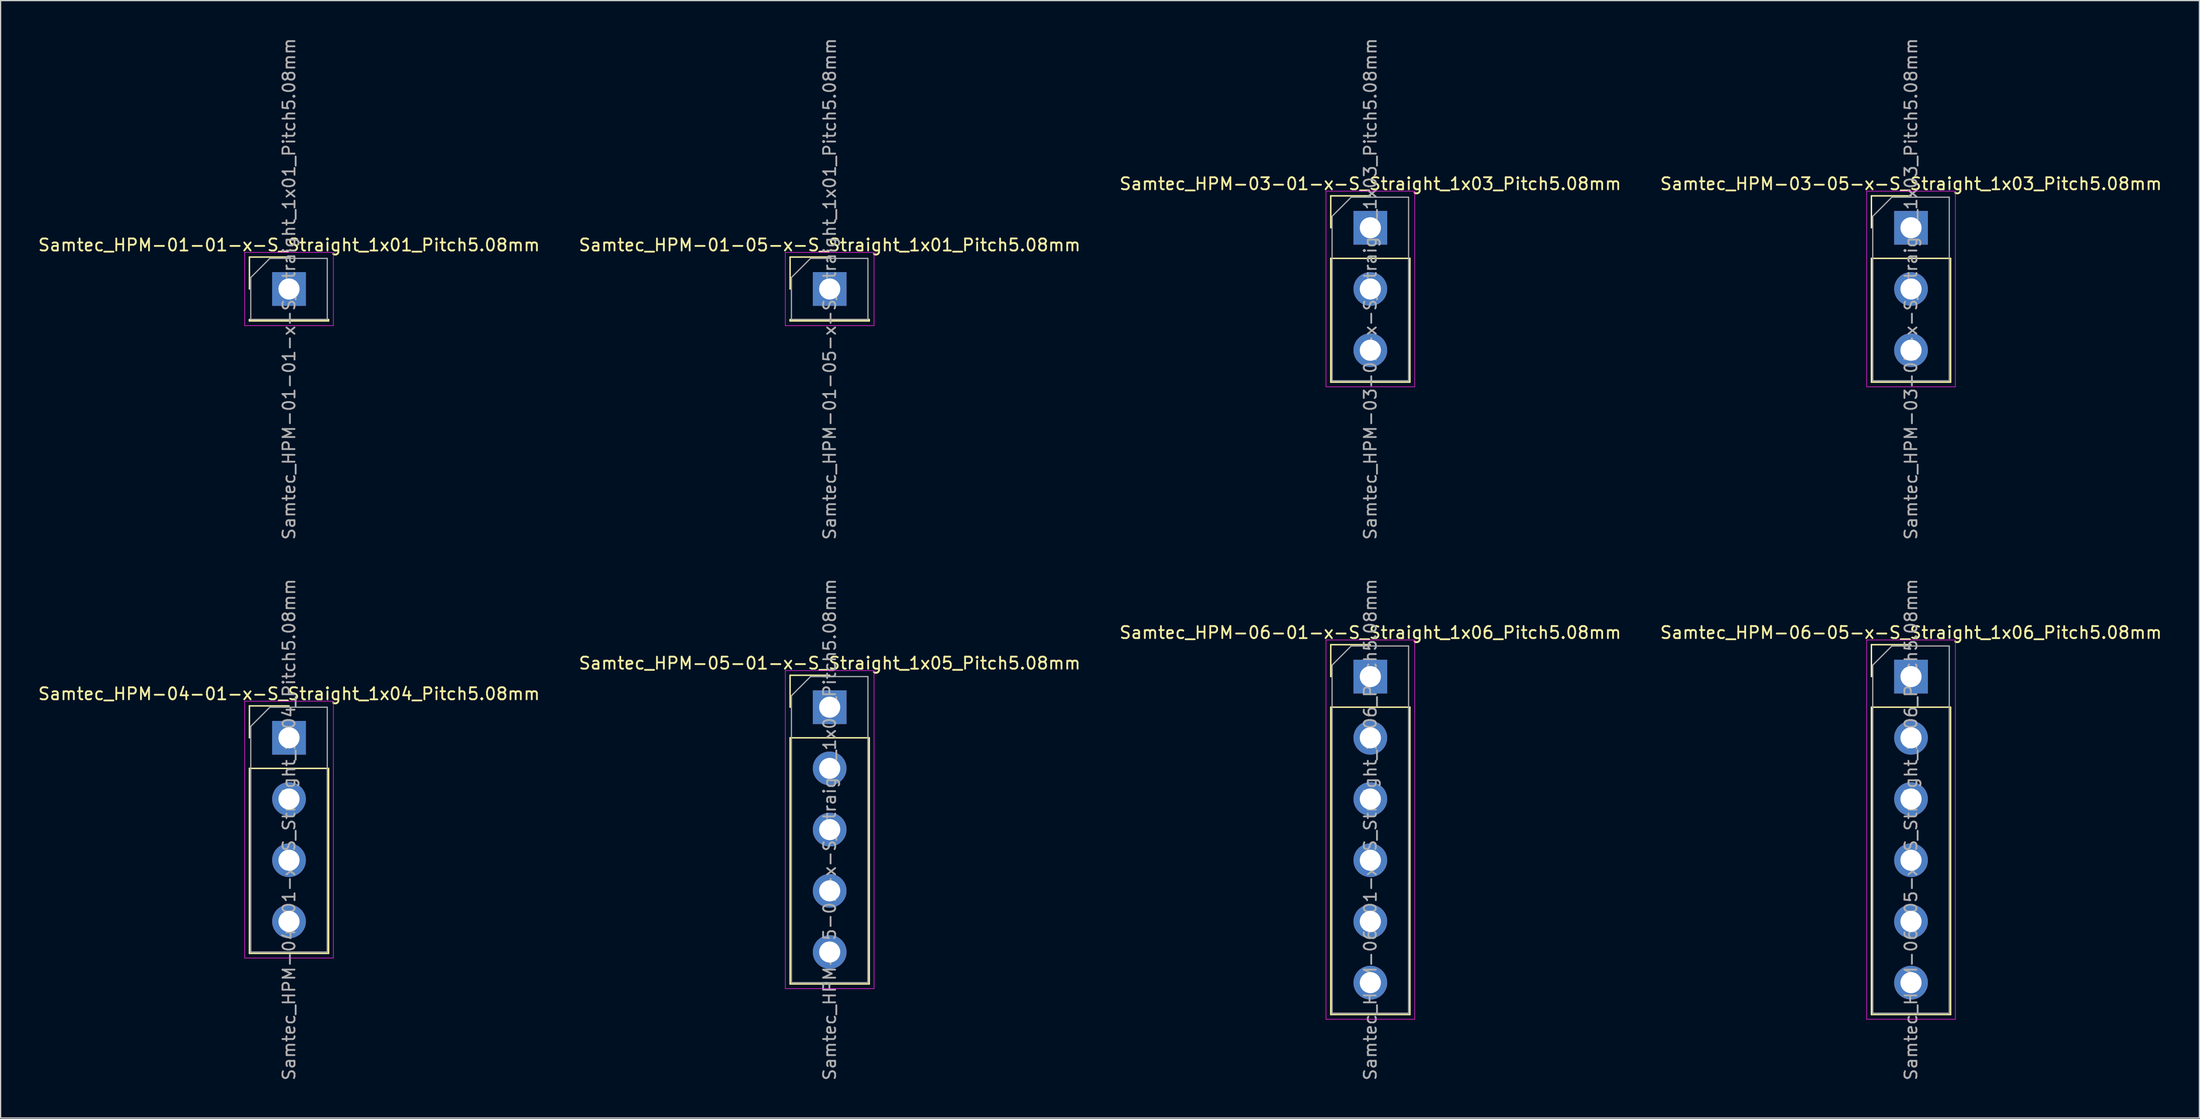
<source format=kicad_pcb>
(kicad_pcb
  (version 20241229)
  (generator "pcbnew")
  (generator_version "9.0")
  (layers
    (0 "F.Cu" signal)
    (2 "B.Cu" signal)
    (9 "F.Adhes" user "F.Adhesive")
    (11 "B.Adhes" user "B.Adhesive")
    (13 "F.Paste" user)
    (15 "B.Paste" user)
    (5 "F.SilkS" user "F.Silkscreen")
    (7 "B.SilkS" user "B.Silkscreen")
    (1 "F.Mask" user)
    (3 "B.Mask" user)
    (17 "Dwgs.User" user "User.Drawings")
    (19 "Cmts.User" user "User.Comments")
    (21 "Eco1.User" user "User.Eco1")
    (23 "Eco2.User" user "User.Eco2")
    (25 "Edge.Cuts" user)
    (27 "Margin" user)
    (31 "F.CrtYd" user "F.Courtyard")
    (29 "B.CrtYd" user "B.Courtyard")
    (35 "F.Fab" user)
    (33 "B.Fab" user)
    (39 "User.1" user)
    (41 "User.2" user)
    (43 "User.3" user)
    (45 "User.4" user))
  (footprint "Samtec_HPM-04-01-x-S_Straight_1x04_Pitch5.08mm"
    (layer "F.Cu")
    (at 20.935 58.184)
    (property "Reference" "Samtec_HPM-04-01-x-S_Straight_1x04_Pitch5.08mm" (at 0 -3.65 0) (layer "F.SilkS") (effects (font (size 1 1) (thickness 0.15))))
    (attr through_hole)
    (fp_line (start -3.285 -2.65) (end 0 -2.65) (stroke (width 0.12) (type solid)) (layer "F.SilkS"))
    (fp_line (start -3.285 0) (end -3.285 -2.65) (stroke (width 0.12) (type solid)) (layer "F.SilkS"))
    (fp_line (start -3.285 2.54) (end -3.285 17.89) (stroke (width 0.12) (type solid)) (layer "F.SilkS"))
    (fp_line (start -3.285 2.54) (end 3.285 2.54) (stroke (width 0.12) (type solid)) (layer "F.SilkS"))
    (fp_line (start -3.285 17.89) (end 3.285 17.89) (stroke (width 0.12) (type solid)) (layer "F.SilkS"))
    (fp_line (start 3.285 2.54) (end 3.285 17.89) (stroke (width 0.12) (type solid)) (layer "F.SilkS"))
    (fp_line (start -3.68 -3.04) (end -3.68 18.28) (stroke (width 0.05) (type solid)) (layer "F.CrtYd"))
    (fp_line (start -3.68 18.28) (end 3.68 18.28) (stroke (width 0.05) (type solid)) (layer "F.CrtYd"))
    (fp_line (start 3.68 -3.04) (end -3.68 -3.04) (stroke (width 0.05) (type solid)) (layer "F.CrtYd"))
    (fp_line (start 3.68 18.28) (end 3.68 -3.04) (stroke (width 0.05) (type solid)) (layer "F.CrtYd"))
    (fp_line (start -3.175 -0.953) (end -1.587 -2.54) (stroke (width 0.1) (type solid)) (layer "F.Fab"))
    (fp_line (start -3.175 17.78) (end -3.175 -0.953) (stroke (width 0.1) (type solid)) (layer "F.Fab"))
    (fp_line (start -1.587 -2.54) (end 3.175 -2.54) (stroke (width 0.1) (type solid)) (layer "F.Fab"))
    (fp_line (start 3.175 -2.54) (end 3.175 17.78) (stroke (width 0.1) (type solid)) (layer "F.Fab"))
    (fp_line (start 3.175 17.78) (end -3.175 17.78) (stroke (width 0.1) (type solid)) (layer "F.Fab"))
    (fp_text user "${REFERENCE}" (at 0 7.62 90) (layer "F.Fab") (effects (font (size 1 1) (thickness 0.15))))
    (pad "1" thru_hole rect (at 0 0) (size 2.8 2.8) (drill 1.75) (layers "*.Cu" "*.Mask"))
    (pad "2" thru_hole circle (at 0 5.08) (size 2.8 2.8) (drill 1.75) (layers "*.Cu" "*.Mask"))
    (pad "3" thru_hole circle (at 0 10.16) (size 2.8 2.8) (drill 1.75) (layers "*.Cu" "*.Mask"))
    (pad "4" thru_hole circle (at 0 15.24) (size 2.8 2.8) (drill 1.75) (layers "*.Cu" "*.Mask")))
  (footprint "Samtec_HPM-05-01-x-S_Straight_1x05_Pitch5.08mm"
    (layer "F.Cu")
    (at 65.804 55.644)
    (property "Reference" "Samtec_HPM-05-01-x-S_Straight_1x05_Pitch5.08mm" (at 0 -3.65 0) (layer "F.SilkS") (effects (font (size 1 1) (thickness 0.15))))
    (attr through_hole)
    (fp_line (start -3.285 -2.65) (end 0 -2.65) (stroke (width 0.12) (type solid)) (layer "F.SilkS"))
    (fp_line (start -3.285 0) (end -3.285 -2.65) (stroke (width 0.12) (type solid)) (layer "F.SilkS"))
    (fp_line (start -3.285 2.54) (end -3.285 22.97) (stroke (width 0.12) (type solid)) (layer "F.SilkS"))
    (fp_line (start -3.285 2.54) (end 3.285 2.54) (stroke (width 0.12) (type solid)) (layer "F.SilkS"))
    (fp_line (start -3.285 22.97) (end 3.285 22.97) (stroke (width 0.12) (type solid)) (layer "F.SilkS"))
    (fp_line (start 3.285 2.54) (end 3.285 22.97) (stroke (width 0.12) (type solid)) (layer "F.SilkS"))
    (fp_line (start -3.68 -3.04) (end -3.68 23.36) (stroke (width 0.05) (type solid)) (layer "F.CrtYd"))
    (fp_line (start -3.68 23.36) (end 3.68 23.36) (stroke (width 0.05) (type solid)) (layer "F.CrtYd"))
    (fp_line (start 3.68 -3.04) (end -3.68 -3.04) (stroke (width 0.05) (type solid)) (layer "F.CrtYd"))
    (fp_line (start 3.68 23.36) (end 3.68 -3.04) (stroke (width 0.05) (type solid)) (layer "F.CrtYd"))
    (fp_line (start -3.175 -0.953) (end -1.587 -2.54) (stroke (width 0.1) (type solid)) (layer "F.Fab"))
    (fp_line (start -3.175 22.86) (end -3.175 -0.953) (stroke (width 0.1) (type solid)) (layer "F.Fab"))
    (fp_line (start -1.587 -2.54) (end 3.175 -2.54) (stroke (width 0.1) (type solid)) (layer "F.Fab"))
    (fp_line (start 3.175 -2.54) (end 3.175 22.86) (stroke (width 0.1) (type solid)) (layer "F.Fab"))
    (fp_line (start 3.175 22.86) (end -3.175 22.86) (stroke (width 0.1) (type solid)) (layer "F.Fab"))
    (fp_text user "${REFERENCE}" (at 0 10.16 90) (layer "F.Fab") (effects (font (size 1 1) (thickness 0.15))))
    (pad "1" thru_hole rect (at 0 0) (size 2.8 2.8) (drill 1.75) (layers "*.Cu" "*.Mask"))
    (pad "2" thru_hole circle (at 0 5.08) (size 2.8 2.8) (drill 1.75) (layers "*.Cu" "*.Mask"))
    (pad "3" thru_hole circle (at 0 10.16) (size 2.8 2.8) (drill 1.75) (layers "*.Cu" "*.Mask"))
    (pad "4" thru_hole circle (at 0 15.24) (size 2.8 2.8) (drill 1.75) (layers "*.Cu" "*.Mask"))
    (pad "5" thru_hole circle (at 0 20.32) (size 2.8 2.8) (drill 1.75) (layers "*.Cu" "*.Mask")))
  (footprint "Samtec_HPM-03-05-x-S_Straight_1x03_Pitch5.08mm"
    (layer "F.Cu")
    (at 155.542 15.855)
    (property "Reference" "Samtec_HPM-03-05-x-S_Straight_1x03_Pitch5.08mm" (at 0 -3.65 0) (layer "F.SilkS") (effects (font (size 1 1) (thickness 0.15))))
    (attr through_hole)
    (fp_line (start -3.285 -2.65) (end 0 -2.65) (stroke (width 0.12) (type solid)) (layer "F.SilkS"))
    (fp_line (start -3.285 0) (end -3.285 -2.65) (stroke (width 0.12) (type solid)) (layer "F.SilkS"))
    (fp_line (start -3.285 2.54) (end -3.285 12.81) (stroke (width 0.12) (type solid)) (layer "F.SilkS"))
    (fp_line (start -3.285 2.54) (end 3.285 2.54) (stroke (width 0.12) (type solid)) (layer "F.SilkS"))
    (fp_line (start -3.285 12.81) (end 3.285 12.81) (stroke (width 0.12) (type solid)) (layer "F.SilkS"))
    (fp_line (start 3.285 2.54) (end 3.285 12.81) (stroke (width 0.12) (type solid)) (layer "F.SilkS"))
    (fp_line (start -3.68 -3.04) (end -3.68 13.2) (stroke (width 0.05) (type solid)) (layer "F.CrtYd"))
    (fp_line (start -3.68 13.2) (end 3.68 13.2) (stroke (width 0.05) (type solid)) (layer "F.CrtYd"))
    (fp_line (start 3.68 -3.04) (end -3.68 -3.04) (stroke (width 0.05) (type solid)) (layer "F.CrtYd"))
    (fp_line (start 3.68 13.2) (end 3.68 -3.04) (stroke (width 0.05) (type solid)) (layer "F.CrtYd"))
    (fp_line (start -3.175 -0.953) (end -1.587 -2.54) (stroke (width 0.1) (type solid)) (layer "F.Fab"))
    (fp_line (start -3.175 12.7) (end -3.175 -0.953) (stroke (width 0.1) (type solid)) (layer "F.Fab"))
    (fp_line (start -1.587 -2.54) (end 3.175 -2.54) (stroke (width 0.1) (type solid)) (layer "F.Fab"))
    (fp_line (start 3.175 -2.54) (end 3.175 12.7) (stroke (width 0.1) (type solid)) (layer "F.Fab"))
    (fp_line (start 3.175 12.7) (end -3.175 12.7) (stroke (width 0.1) (type solid)) (layer "F.Fab"))
    (fp_text user "${REFERENCE}" (at 0 5.08 90) (layer "F.Fab") (effects (font (size 1 1) (thickness 0.15))))
    (pad "1" thru_hole rect (at 0 0) (size 2.8 2.8) (drill 1.75) (layers "*.Cu" "*.Mask"))
    (pad "2" thru_hole circle (at 0 5.08) (size 2.8 2.8) (drill 1.75) (layers "*.Cu" "*.Mask"))
    (pad "3" thru_hole circle (at 0 10.16) (size 2.8 2.8) (drill 1.75) (layers "*.Cu" "*.Mask")))
  (footprint "Samtec_HPM-06-05-x-S_Straight_1x06_Pitch5.08mm"
    (layer "F.Cu")
    (at 155.542 53.104)
    (property "Reference" "Samtec_HPM-06-05-x-S_Straight_1x06_Pitch5.08mm" (at 0 -3.65 0) (layer "F.SilkS") (effects (font (size 1 1) (thickness 0.15))))
    (attr through_hole)
    (fp_line (start -3.285 -2.65) (end 0 -2.65) (stroke (width 0.12) (type solid)) (layer "F.SilkS"))
    (fp_line (start -3.285 0) (end -3.285 -2.65) (stroke (width 0.12) (type solid)) (layer "F.SilkS"))
    (fp_line (start -3.285 2.54) (end -3.285 28.05) (stroke (width 0.12) (type solid)) (layer "F.SilkS"))
    (fp_line (start -3.285 2.54) (end 3.285 2.54) (stroke (width 0.12) (type solid)) (layer "F.SilkS"))
    (fp_line (start -3.285 28.05) (end 3.285 28.05) (stroke (width 0.12) (type solid)) (layer "F.SilkS"))
    (fp_line (start 3.285 2.54) (end 3.285 28.05) (stroke (width 0.12) (type solid)) (layer "F.SilkS"))
    (fp_line (start -3.68 -3.04) (end -3.68 28.44) (stroke (width 0.05) (type solid)) (layer "F.CrtYd"))
    (fp_line (start -3.68 28.44) (end 3.68 28.44) (stroke (width 0.05) (type solid)) (layer "F.CrtYd"))
    (fp_line (start 3.68 -3.04) (end -3.68 -3.04) (stroke (width 0.05) (type solid)) (layer "F.CrtYd"))
    (fp_line (start 3.68 28.44) (end 3.68 -3.04) (stroke (width 0.05) (type solid)) (layer "F.CrtYd"))
    (fp_line (start -3.175 -0.953) (end -1.587 -2.54) (stroke (width 0.1) (type solid)) (layer "F.Fab"))
    (fp_line (start -3.175 27.94) (end -3.175 -0.953) (stroke (width 0.1) (type solid)) (layer "F.Fab"))
    (fp_line (start -1.587 -2.54) (end 3.175 -2.54) (stroke (width 0.1) (type solid)) (layer "F.Fab"))
    (fp_line (start 3.175 -2.54) (end 3.175 27.94) (stroke (width 0.1) (type solid)) (layer "F.Fab"))
    (fp_line (start 3.175 27.94) (end -3.175 27.94) (stroke (width 0.1) (type solid)) (layer "F.Fab"))
    (fp_text user "${REFERENCE}" (at 0 12.7 90) (layer "F.Fab") (effects (font (size 1 1) (thickness 0.15))))
    (pad "1" thru_hole rect (at 0 0) (size 2.8 2.8) (drill 1.75) (layers "*.Cu" "*.Mask"))
    (pad "2" thru_hole circle (at 0 5.08) (size 2.8 2.8) (drill 1.75) (layers "*.Cu" "*.Mask"))
    (pad "3" thru_hole circle (at 0 10.16) (size 2.8 2.8) (drill 1.75) (layers "*.Cu" "*.Mask"))
    (pad "4" thru_hole circle (at 0 15.24) (size 2.8 2.8) (drill 1.75) (layers "*.Cu" "*.Mask"))
    (pad "5" thru_hole circle (at 0 20.32) (size 2.8 2.8) (drill 1.75) (layers "*.Cu" "*.Mask"))
    (pad "6" thru_hole circle (at 0 25.4) (size 2.8 2.8) (drill 1.75) (layers "*.Cu" "*.Mask")))
  (footprint "Samtec_HPM-01-05-x-S_Straight_1x01_Pitch5.08mm"
    (layer "F.Cu")
    (at 65.804 20.935)
    (property "Reference" "Samtec_HPM-01-05-x-S_Straight_1x01_Pitch5.08mm" (at 0 -3.65 0) (layer "F.SilkS") (effects (font (size 1 1) (thickness 0.15))))
    (attr through_hole)
    (fp_line (start -3.285 -2.65) (end 0 -2.65) (stroke (width 0.12) (type solid)) (layer "F.SilkS"))
    (fp_line (start -3.285 0) (end -3.285 -2.65) (stroke (width 0.12) (type solid)) (layer "F.SilkS"))
    (fp_line (start -3.285 2.54) (end -3.285 2.65) (stroke (width 0.12) (type solid)) (layer "F.SilkS"))
    (fp_line (start -3.285 2.54) (end 3.285 2.54) (stroke (width 0.12) (type solid)) (layer "F.SilkS"))
    (fp_line (start -3.285 2.65) (end 3.285 2.65) (stroke (width 0.12) (type solid)) (layer "F.SilkS"))
    (fp_line (start 3.285 2.54) (end 3.285 2.65) (stroke (width 0.12) (type solid)) (layer "F.SilkS"))
    (fp_line (start -3.68 -3.04) (end -3.68 3.04) (stroke (width 0.05) (type solid)) (layer "F.CrtYd"))
    (fp_line (start -3.68 3.04) (end 3.68 3.04) (stroke (width 0.05) (type solid)) (layer "F.CrtYd"))
    (fp_line (start 3.68 -3.04) (end -3.68 -3.04) (stroke (width 0.05) (type solid)) (layer "F.CrtYd"))
    (fp_line (start 3.68 3.04) (end 3.68 -3.04) (stroke (width 0.05) (type solid)) (layer "F.CrtYd"))
    (fp_line (start -3.175 -0.953) (end -1.587 -2.54) (stroke (width 0.1) (type solid)) (layer "F.Fab"))
    (fp_line (start -3.175 2.54) (end -3.175 -0.953) (stroke (width 0.1) (type solid)) (layer "F.Fab"))
    (fp_line (start -1.587 -2.54) (end 3.175 -2.54) (stroke (width 0.1) (type solid)) (layer "F.Fab"))
    (fp_line (start 3.175 -2.54) (end 3.175 2.54) (stroke (width 0.1) (type solid)) (layer "F.Fab"))
    (fp_line (start 3.175 2.54) (end -3.175 2.54) (stroke (width 0.1) (type solid)) (layer "F.Fab"))
    (fp_text user "${REFERENCE}" (at 0 0 90) (layer "F.Fab") (effects (font (size 1 1) (thickness 0.15))))
    (pad "1" thru_hole rect (at 0 0) (size 2.8 2.8) (drill 1.75) (layers "*.Cu" "*.Mask")))
  (footprint "Samtec_HPM-06-01-x-S_Straight_1x06_Pitch5.08mm"
    (layer "F.Cu")
    (at 110.673 53.104)
    (property "Reference" "Samtec_HPM-06-01-x-S_Straight_1x06_Pitch5.08mm" (at 0 -3.65 0) (layer "F.SilkS") (effects (font (size 1 1) (thickness 0.15))))
    (attr through_hole)
    (fp_line (start -3.285 -2.65) (end 0 -2.65) (stroke (width 0.12) (type solid)) (layer "F.SilkS"))
    (fp_line (start -3.285 0) (end -3.285 -2.65) (stroke (width 0.12) (type solid)) (layer "F.SilkS"))
    (fp_line (start -3.285 2.54) (end -3.285 28.05) (stroke (width 0.12) (type solid)) (layer "F.SilkS"))
    (fp_line (start -3.285 2.54) (end 3.285 2.54) (stroke (width 0.12) (type solid)) (layer "F.SilkS"))
    (fp_line (start -3.285 28.05) (end 3.285 28.05) (stroke (width 0.12) (type solid)) (layer "F.SilkS"))
    (fp_line (start 3.285 2.54) (end 3.285 28.05) (stroke (width 0.12) (type solid)) (layer "F.SilkS"))
    (fp_line (start -3.68 -3.04) (end -3.68 28.44) (stroke (width 0.05) (type solid)) (layer "F.CrtYd"))
    (fp_line (start -3.68 28.44) (end 3.68 28.44) (stroke (width 0.05) (type solid)) (layer "F.CrtYd"))
    (fp_line (start 3.68 -3.04) (end -3.68 -3.04) (stroke (width 0.05) (type solid)) (layer "F.CrtYd"))
    (fp_line (start 3.68 28.44) (end 3.68 -3.04) (stroke (width 0.05) (type solid)) (layer "F.CrtYd"))
    (fp_line (start -3.175 -0.953) (end -1.587 -2.54) (stroke (width 0.1) (type solid)) (layer "F.Fab"))
    (fp_line (start -3.175 27.94) (end -3.175 -0.953) (stroke (width 0.1) (type solid)) (layer "F.Fab"))
    (fp_line (start -1.587 -2.54) (end 3.175 -2.54) (stroke (width 0.1) (type solid)) (layer "F.Fab"))
    (fp_line (start 3.175 -2.54) (end 3.175 27.94) (stroke (width 0.1) (type solid)) (layer "F.Fab"))
    (fp_line (start 3.175 27.94) (end -3.175 27.94) (stroke (width 0.1) (type solid)) (layer "F.Fab"))
    (fp_text user "${REFERENCE}" (at 0 12.7 90) (layer "F.Fab") (effects (font (size 1 1) (thickness 0.15))))
    (pad "1" thru_hole rect (at 0 0) (size 2.8 2.8) (drill 1.75) (layers "*.Cu" "*.Mask"))
    (pad "2" thru_hole circle (at 0 5.08) (size 2.8 2.8) (drill 1.75) (layers "*.Cu" "*.Mask"))
    (pad "3" thru_hole circle (at 0 10.16) (size 2.8 2.8) (drill 1.75) (layers "*.Cu" "*.Mask"))
    (pad "4" thru_hole circle (at 0 15.24) (size 2.8 2.8) (drill 1.75) (layers "*.Cu" "*.Mask"))
    (pad "5" thru_hole circle (at 0 20.32) (size 2.8 2.8) (drill 1.75) (layers "*.Cu" "*.Mask"))
    (pad "6" thru_hole circle (at 0 25.4) (size 2.8 2.8) (drill 1.75) (layers "*.Cu" "*.Mask")))
  (footprint "Samtec_HPM-01-01-x-S_Straight_1x01_Pitch5.08mm"
    (layer "F.Cu")
    (at 20.935 20.935)
    (property "Reference" "Samtec_HPM-01-01-x-S_Straight_1x01_Pitch5.08mm" (at 0 -3.65 0) (layer "F.SilkS") (effects (font (size 1 1) (thickness 0.15))))
    (attr through_hole)
    (fp_line (start -3.285 -2.65) (end 0 -2.65) (stroke (width 0.12) (type solid)) (layer "F.SilkS"))
    (fp_line (start -3.285 0) (end -3.285 -2.65) (stroke (width 0.12) (type solid)) (layer "F.SilkS"))
    (fp_line (start -3.285 2.54) (end -3.285 2.65) (stroke (width 0.12) (type solid)) (layer "F.SilkS"))
    (fp_line (start -3.285 2.54) (end 3.285 2.54) (stroke (width 0.12) (type solid)) (layer "F.SilkS"))
    (fp_line (start -3.285 2.65) (end 3.285 2.65) (stroke (width 0.12) (type solid)) (layer "F.SilkS"))
    (fp_line (start 3.285 2.54) (end 3.285 2.65) (stroke (width 0.12) (type solid)) (layer "F.SilkS"))
    (fp_line (start -3.68 -3.04) (end -3.68 3.04) (stroke (width 0.05) (type solid)) (layer "F.CrtYd"))
    (fp_line (start -3.68 3.04) (end 3.68 3.04) (stroke (width 0.05) (type solid)) (layer "F.CrtYd"))
    (fp_line (start 3.68 -3.04) (end -3.68 -3.04) (stroke (width 0.05) (type solid)) (layer "F.CrtYd"))
    (fp_line (start 3.68 3.04) (end 3.68 -3.04) (stroke (width 0.05) (type solid)) (layer "F.CrtYd"))
    (fp_line (start -3.175 -0.953) (end -1.587 -2.54) (stroke (width 0.1) (type solid)) (layer "F.Fab"))
    (fp_line (start -3.175 2.54) (end -3.175 -0.953) (stroke (width 0.1) (type solid)) (layer "F.Fab"))
    (fp_line (start -1.587 -2.54) (end 3.175 -2.54) (stroke (width 0.1) (type solid)) (layer "F.Fab"))
    (fp_line (start 3.175 -2.54) (end 3.175 2.54) (stroke (width 0.1) (type solid)) (layer "F.Fab"))
    (fp_line (start 3.175 2.54) (end -3.175 2.54) (stroke (width 0.1) (type solid)) (layer "F.Fab"))
    (fp_text user "${REFERENCE}" (at 0 0 90) (layer "F.Fab") (effects (font (size 1 1) (thickness 0.15))))
    (pad "1" thru_hole rect (at 0 0) (size 2.8 2.8) (drill 1.75) (layers "*.Cu" "*.Mask")))
  (footprint "Samtec_HPM-03-01-x-S_Straight_1x03_Pitch5.08mm"
    (layer "F.Cu")
    (at 110.673 15.855)
    (property "Reference" "Samtec_HPM-03-01-x-S_Straight_1x03_Pitch5.08mm" (at 0 -3.65 0) (layer "F.SilkS") (effects (font (size 1 1) (thickness 0.15))))
    (attr through_hole)
    (fp_line (start -3.285 -2.65) (end 0 -2.65) (stroke (width 0.12) (type solid)) (layer "F.SilkS"))
    (fp_line (start -3.285 0) (end -3.285 -2.65) (stroke (width 0.12) (type solid)) (layer "F.SilkS"))
    (fp_line (start -3.285 2.54) (end -3.285 12.81) (stroke (width 0.12) (type solid)) (layer "F.SilkS"))
    (fp_line (start -3.285 2.54) (end 3.285 2.54) (stroke (width 0.12) (type solid)) (layer "F.SilkS"))
    (fp_line (start -3.285 12.81) (end 3.285 12.81) (stroke (width 0.12) (type solid)) (layer "F.SilkS"))
    (fp_line (start 3.285 2.54) (end 3.285 12.81) (stroke (width 0.12) (type solid)) (layer "F.SilkS"))
    (fp_line (start -3.68 -3.04) (end -3.68 13.2) (stroke (width 0.05) (type solid)) (layer "F.CrtYd"))
    (fp_line (start -3.68 13.2) (end 3.68 13.2) (stroke (width 0.05) (type solid)) (layer "F.CrtYd"))
    (fp_line (start 3.68 -3.04) (end -3.68 -3.04) (stroke (width 0.05) (type solid)) (layer "F.CrtYd"))
    (fp_line (start 3.68 13.2) (end 3.68 -3.04) (stroke (width 0.05) (type solid)) (layer "F.CrtYd"))
    (fp_line (start -3.175 -0.953) (end -1.587 -2.54) (stroke (width 0.1) (type solid)) (layer "F.Fab"))
    (fp_line (start -3.175 12.7) (end -3.175 -0.953) (stroke (width 0.1) (type solid)) (layer "F.Fab"))
    (fp_line (start -1.587 -2.54) (end 3.175 -2.54) (stroke (width 0.1) (type solid)) (layer "F.Fab"))
    (fp_line (start 3.175 -2.54) (end 3.175 12.7) (stroke (width 0.1) (type solid)) (layer "F.Fab"))
    (fp_line (start 3.175 12.7) (end -3.175 12.7) (stroke (width 0.1) (type solid)) (layer "F.Fab"))
    (fp_text user "${REFERENCE}" (at 0 5.08 90) (layer "F.Fab") (effects (font (size 1 1) (thickness 0.15))))
    (pad "1" thru_hole rect (at 0 0) (size 2.8 2.8) (drill 1.75) (layers "*.Cu" "*.Mask"))
    (pad "2" thru_hole circle (at 0 5.08) (size 2.8 2.8) (drill 1.75) (layers "*.Cu" "*.Mask"))
    (pad "3" thru_hole circle (at 0 10.16) (size 2.8 2.8) (drill 1.75) (layers "*.Cu" "*.Mask")))
  (gr_rect
    (start -3 -3)
    (end 179.476 89.738)
    (stroke (width 0.1) (type default))
    (fill no)
    (layer "Edge.Cuts")))
</source>
